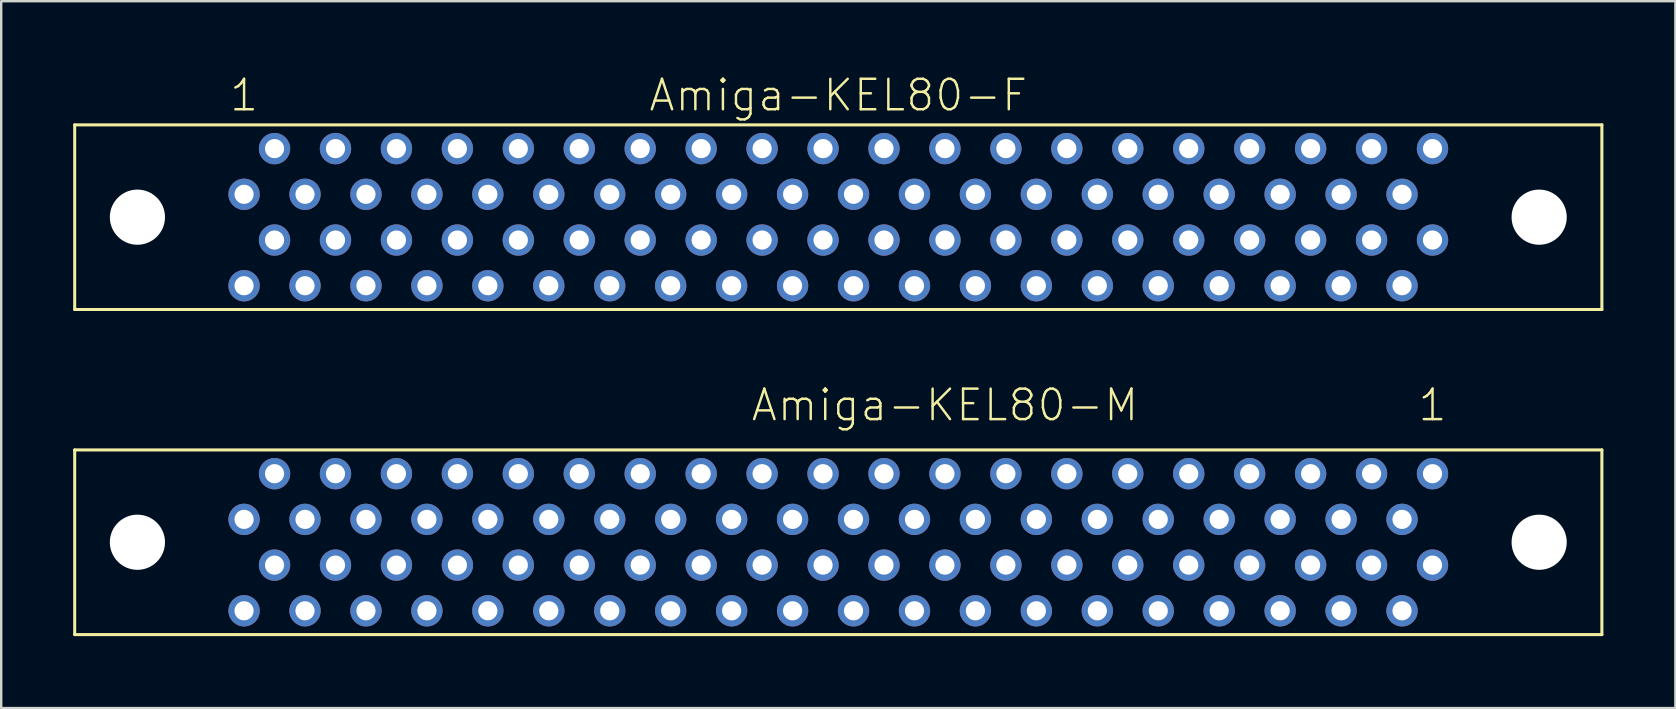
<source format=kicad_pcb>
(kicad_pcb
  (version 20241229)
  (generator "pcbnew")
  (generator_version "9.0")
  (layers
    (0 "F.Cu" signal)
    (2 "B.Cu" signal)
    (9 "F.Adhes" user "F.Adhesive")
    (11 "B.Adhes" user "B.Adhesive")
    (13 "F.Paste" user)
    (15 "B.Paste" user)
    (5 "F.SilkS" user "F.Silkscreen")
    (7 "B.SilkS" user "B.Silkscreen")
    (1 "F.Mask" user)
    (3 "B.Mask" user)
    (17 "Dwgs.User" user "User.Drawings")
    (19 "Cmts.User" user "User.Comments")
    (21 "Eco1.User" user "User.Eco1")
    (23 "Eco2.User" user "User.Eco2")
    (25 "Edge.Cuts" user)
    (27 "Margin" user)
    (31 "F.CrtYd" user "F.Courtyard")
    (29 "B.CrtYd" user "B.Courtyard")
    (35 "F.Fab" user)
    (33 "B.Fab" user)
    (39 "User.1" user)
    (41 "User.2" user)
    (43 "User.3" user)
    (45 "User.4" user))
  (footprint "Amiga-KEL80-M"
    (layer "F.Cu")
    (at 31.887 19.549)
    (property "Reference" "Amiga-KEL80-M" (at 4.445 -5.715 0) (layer "F.SilkS") (effects (font (size 1.27 1.27) (thickness 0.102))))
    (attr exclude_from_pos_files exclude_from_bom)
    (fp_line (start -31.824 -3.848) (end 31.824 -3.848) (stroke (width 0.127) (type solid)) (layer "F.SilkS"))
    (fp_line (start -31.824 3.848) (end -31.824 -3.848) (stroke (width 0.127) (type solid)) (layer "F.SilkS"))
    (fp_line (start 31.824 -3.848) (end 31.824 3.848) (stroke (width 0.127) (type solid)) (layer "F.SilkS"))
    (fp_line (start 31.824 3.848) (end -31.824 3.848) (stroke (width 0.127) (type solid)) (layer "F.SilkS"))
    (fp_text user "1" (at 24.765 -5.715 0) (layer "F.SilkS") (effects (font (size 1.27 1.27) (thickness 0.102))))
    (pad "" np_thru_hole circle (at -29.21 0) (size 2.299 2.299) (drill 2.299) (layers "*.Cu" "*.Mask"))
    (pad "" np_thru_hole circle (at 29.21 0) (size 2.299 2.299) (drill 2.299) (layers "*.Cu" "*.Mask"))
    (pad "P$1" thru_hole circle (at 24.765 -2.857) (size 1.306 1.306) (drill 0.798) (layers "*.Cu" "*.Paste" "*.Mask"))
    (pad "P$2" thru_hole circle (at 24.765 0.953) (size 1.306 1.306) (drill 0.798) (layers "*.Cu" "*.Paste" "*.Mask"))
    (pad "P$3" thru_hole circle (at 23.495 -0.953) (size 1.306 1.306) (drill 0.798) (layers "*.Cu" "*.Paste" "*.Mask"))
    (pad "P$4" thru_hole circle (at 23.495 2.857) (size 1.306 1.306) (drill 0.798) (layers "*.Cu" "*.Paste" "*.Mask"))
    (pad "P$5" thru_hole circle (at 22.225 -2.857) (size 1.306 1.306) (drill 0.798) (layers "*.Cu" "*.Paste" "*.Mask"))
    (pad "P$6" thru_hole circle (at 22.225 0.953) (size 1.306 1.306) (drill 0.798) (layers "*.Cu" "*.Paste" "*.Mask"))
    (pad "P$7" thru_hole circle (at 20.955 -0.953) (size 1.306 1.306) (drill 0.798) (layers "*.Cu" "*.Paste" "*.Mask"))
    (pad "P$8" thru_hole circle (at 20.955 2.857) (size 1.306 1.306) (drill 0.798) (layers "*.Cu" "*.Paste" "*.Mask"))
    (pad "P$9" thru_hole circle (at 19.685 -2.857) (size 1.306 1.306) (drill 0.798) (layers "*.Cu" "*.Paste" "*.Mask"))
    (pad "P$10" thru_hole circle (at 19.685 0.953) (size 1.306 1.306) (drill 0.798) (layers "*.Cu" "*.Paste" "*.Mask"))
    (pad "P$11" thru_hole circle (at 18.415 -0.953) (size 1.306 1.306) (drill 0.798) (layers "*.Cu" "*.Paste" "*.Mask"))
    (pad "P$12" thru_hole circle (at 18.415 2.857) (size 1.306 1.306) (drill 0.798) (layers "*.Cu" "*.Paste" "*.Mask"))
    (pad "P$13" thru_hole circle (at 17.145 -2.857) (size 1.306 1.306) (drill 0.798) (layers "*.Cu" "*.Paste" "*.Mask"))
    (pad "P$14" thru_hole circle (at 17.145 0.953) (size 1.306 1.306) (drill 0.798) (layers "*.Cu" "*.Paste" "*.Mask"))
    (pad "P$15" thru_hole circle (at 15.875 -0.953) (size 1.306 1.306) (drill 0.798) (layers "*.Cu" "*.Paste" "*.Mask"))
    (pad "P$16" thru_hole circle (at 15.875 2.857) (size 1.306 1.306) (drill 0.798) (layers "*.Cu" "*.Paste" "*.Mask"))
    (pad "P$17" thru_hole circle (at 14.605 -2.857) (size 1.306 1.306) (drill 0.798) (layers "*.Cu" "*.Paste" "*.Mask"))
    (pad "P$18" thru_hole circle (at 14.605 0.953) (size 1.306 1.306) (drill 0.798) (layers "*.Cu" "*.Paste" "*.Mask"))
    (pad "P$19" thru_hole circle (at 13.335 -0.953) (size 1.306 1.306) (drill 0.798) (layers "*.Cu" "*.Paste" "*.Mask"))
    (pad "P$20" thru_hole circle (at 13.335 2.857) (size 1.306 1.306) (drill 0.798) (layers "*.Cu" "*.Paste" "*.Mask"))
    (pad "P$21" thru_hole circle (at 12.065 -2.857) (size 1.306 1.306) (drill 0.798) (layers "*.Cu" "*.Paste" "*.Mask"))
    (pad "P$22" thru_hole circle (at 12.065 0.953) (size 1.306 1.306) (drill 0.798) (layers "*.Cu" "*.Paste" "*.Mask"))
    (pad "P$23" thru_hole circle (at 10.795 -0.953) (size 1.306 1.306) (drill 0.798) (layers "*.Cu" "*.Paste" "*.Mask"))
    (pad "P$24" thru_hole circle (at 10.795 2.857) (size 1.306 1.306) (drill 0.798) (layers "*.Cu" "*.Paste" "*.Mask"))
    (pad "P$25" thru_hole circle (at 9.525 -2.857) (size 1.306 1.306) (drill 0.798) (layers "*.Cu" "*.Paste" "*.Mask"))
    (pad "P$26" thru_hole circle (at 9.525 0.953) (size 1.306 1.306) (drill 0.798) (layers "*.Cu" "*.Paste" "*.Mask"))
    (pad "P$27" thru_hole circle (at 8.255 -0.953) (size 1.306 1.306) (drill 0.798) (layers "*.Cu" "*.Paste" "*.Mask"))
    (pad "P$28" thru_hole circle (at 8.255 2.857) (size 1.306 1.306) (drill 0.798) (layers "*.Cu" "*.Paste" "*.Mask"))
    (pad "P$29" thru_hole circle (at 6.985 -2.857) (size 1.306 1.306) (drill 0.798) (layers "*.Cu" "*.Paste" "*.Mask"))
    (pad "P$30" thru_hole circle (at 6.985 0.953) (size 1.306 1.306) (drill 0.798) (layers "*.Cu" "*.Paste" "*.Mask"))
    (pad "P$31" thru_hole circle (at 5.715 -0.953) (size 1.306 1.306) (drill 0.798) (layers "*.Cu" "*.Paste" "*.Mask"))
    (pad "P$32" thru_hole circle (at 5.715 2.857) (size 1.306 1.306) (drill 0.798) (layers "*.Cu" "*.Paste" "*.Mask"))
    (pad "P$33" thru_hole circle (at 4.445 -2.857) (size 1.306 1.306) (drill 0.798) (layers "*.Cu" "*.Paste" "*.Mask"))
    (pad "P$34" thru_hole circle (at 4.445 0.953) (size 1.306 1.306) (drill 0.798) (layers "*.Cu" "*.Paste" "*.Mask"))
    (pad "P$35" thru_hole circle (at 3.175 -0.953) (size 1.306 1.306) (drill 0.798) (layers "*.Cu" "*.Paste" "*.Mask"))
    (pad "P$36" thru_hole circle (at 3.175 2.857) (size 1.306 1.306) (drill 0.798) (layers "*.Cu" "*.Paste" "*.Mask"))
    (pad "P$37" thru_hole circle (at 1.905 -2.857) (size 1.306 1.306) (drill 0.798) (layers "*.Cu" "*.Paste" "*.Mask"))
    (pad "P$38" thru_hole circle (at 1.905 0.953) (size 1.306 1.306) (drill 0.798) (layers "*.Cu" "*.Paste" "*.Mask"))
    (pad "P$39" thru_hole circle (at 0.635 -0.953) (size 1.306 1.306) (drill 0.798) (layers "*.Cu" "*.Paste" "*.Mask"))
    (pad "P$40" thru_hole circle (at 0.635 2.857) (size 1.306 1.306) (drill 0.798) (layers "*.Cu" "*.Paste" "*.Mask"))
    (pad "P$41" thru_hole circle (at -0.635 -2.857) (size 1.306 1.306) (drill 0.798) (layers "*.Cu" "*.Paste" "*.Mask"))
    (pad "P$42" thru_hole circle (at -0.635 0.953) (size 1.306 1.306) (drill 0.798) (layers "*.Cu" "*.Paste" "*.Mask"))
    (pad "P$43" thru_hole circle (at -1.905 -0.953) (size 1.306 1.306) (drill 0.798) (layers "*.Cu" "*.Paste" "*.Mask"))
    (pad "P$44" thru_hole circle (at -1.905 2.857) (size 1.306 1.306) (drill 0.798) (layers "*.Cu" "*.Paste" "*.Mask"))
    (pad "P$45" thru_hole circle (at -3.175 -2.857) (size 1.306 1.306) (drill 0.798) (layers "*.Cu" "*.Paste" "*.Mask"))
    (pad "P$46" thru_hole circle (at -3.175 0.953) (size 1.306 1.306) (drill 0.798) (layers "*.Cu" "*.Paste" "*.Mask"))
    (pad "P$47" thru_hole circle (at -4.445 -0.953) (size 1.306 1.306) (drill 0.798) (layers "*.Cu" "*.Paste" "*.Mask"))
    (pad "P$48" thru_hole circle (at -4.445 2.857) (size 1.306 1.306) (drill 0.798) (layers "*.Cu" "*.Paste" "*.Mask"))
    (pad "P$49" thru_hole circle (at -5.715 -2.857) (size 1.306 1.306) (drill 0.798) (layers "*.Cu" "*.Paste" "*.Mask"))
    (pad "P$50" thru_hole circle (at -5.715 0.953) (size 1.306 1.306) (drill 0.798) (layers "*.Cu" "*.Paste" "*.Mask"))
    (pad "P$51" thru_hole circle (at -6.985 -0.953) (size 1.306 1.306) (drill 0.798) (layers "*.Cu" "*.Paste" "*.Mask"))
    (pad "P$52" thru_hole circle (at -6.985 2.857) (size 1.306 1.306) (drill 0.798) (layers "*.Cu" "*.Paste" "*.Mask"))
    (pad "P$53" thru_hole circle (at -8.255 -2.857) (size 1.306 1.306) (drill 0.798) (layers "*.Cu" "*.Paste" "*.Mask"))
    (pad "P$54" thru_hole circle (at -8.255 0.953) (size 1.306 1.306) (drill 0.798) (layers "*.Cu" "*.Paste" "*.Mask"))
    (pad "P$55" thru_hole circle (at -9.525 -0.953) (size 1.306 1.306) (drill 0.798) (layers "*.Cu" "*.Paste" "*.Mask"))
    (pad "P$56" thru_hole circle (at -9.525 2.857) (size 1.306 1.306) (drill 0.798) (layers "*.Cu" "*.Paste" "*.Mask"))
    (pad "P$57" thru_hole circle (at -10.795 -2.857) (size 1.306 1.306) (drill 0.798) (layers "*.Cu" "*.Paste" "*.Mask"))
    (pad "P$58" thru_hole circle (at -10.795 0.953) (size 1.306 1.306) (drill 0.798) (layers "*.Cu" "*.Paste" "*.Mask"))
    (pad "P$59" thru_hole circle (at -12.065 -0.953) (size 1.306 1.306) (drill 0.798) (layers "*.Cu" "*.Paste" "*.Mask"))
    (pad "P$60" thru_hole circle (at -12.065 2.857) (size 1.306 1.306) (drill 0.798) (layers "*.Cu" "*.Paste" "*.Mask"))
    (pad "P$61" thru_hole circle (at -13.335 -2.857) (size 1.306 1.306) (drill 0.798) (layers "*.Cu" "*.Paste" "*.Mask"))
    (pad "P$62" thru_hole circle (at -13.335 0.953) (size 1.306 1.306) (drill 0.798) (layers "*.Cu" "*.Paste" "*.Mask"))
    (pad "P$63" thru_hole circle (at -14.605 -0.953) (size 1.306 1.306) (drill 0.798) (layers "*.Cu" "*.Paste" "*.Mask"))
    (pad "P$64" thru_hole circle (at -14.605 2.857) (size 1.306 1.306) (drill 0.798) (layers "*.Cu" "*.Paste" "*.Mask"))
    (pad "P$65" thru_hole circle (at -15.875 -2.857) (size 1.306 1.306) (drill 0.798) (layers "*.Cu" "*.Paste" "*.Mask"))
    (pad "P$66" thru_hole circle (at -15.875 0.953) (size 1.306 1.306) (drill 0.798) (layers "*.Cu" "*.Paste" "*.Mask"))
    (pad "P$67" thru_hole circle (at -17.145 -0.953) (size 1.306 1.306) (drill 0.798) (layers "*.Cu" "*.Paste" "*.Mask"))
    (pad "P$68" thru_hole circle (at -17.145 2.857) (size 1.306 1.306) (drill 0.798) (layers "*.Cu" "*.Paste" "*.Mask"))
    (pad "P$69" thru_hole circle (at -18.415 -2.857) (size 1.306 1.306) (drill 0.798) (layers "*.Cu" "*.Paste" "*.Mask"))
    (pad "P$70" thru_hole circle (at -18.415 0.953) (size 1.306 1.306) (drill 0.798) (layers "*.Cu" "*.Paste" "*.Mask"))
    (pad "P$71" thru_hole circle (at -19.685 -0.953) (size 1.306 1.306) (drill 0.798) (layers "*.Cu" "*.Paste" "*.Mask"))
    (pad "P$72" thru_hole circle (at -19.685 2.857) (size 1.306 1.306) (drill 0.798) (layers "*.Cu" "*.Paste" "*.Mask"))
    (pad "P$73" thru_hole circle (at -20.955 -2.857) (size 1.306 1.306) (drill 0.798) (layers "*.Cu" "*.Paste" "*.Mask"))
    (pad "P$74" thru_hole circle (at -20.955 0.953) (size 1.306 1.306) (drill 0.798) (layers "*.Cu" "*.Paste" "*.Mask"))
    (pad "P$75" thru_hole circle (at -22.225 -0.953) (size 1.306 1.306) (drill 0.798) (layers "*.Cu" "*.Paste" "*.Mask"))
    (pad "P$76" thru_hole circle (at -22.225 2.857) (size 1.306 1.306) (drill 0.798) (layers "*.Cu" "*.Paste" "*.Mask"))
    (pad "P$77" thru_hole circle (at -23.495 -2.857) (size 1.306 1.306) (drill 0.798) (layers "*.Cu" "*.Paste" "*.Mask"))
    (pad "P$78" thru_hole circle (at -23.495 0.953) (size 1.306 1.306) (drill 0.798) (layers "*.Cu" "*.Paste" "*.Mask"))
    (pad "P$79" thru_hole circle (at -24.765 -0.953) (size 1.306 1.306) (drill 0.798) (layers "*.Cu" "*.Paste" "*.Mask"))
    (pad "P$80" thru_hole circle (at -24.765 2.857) (size 1.306 1.306) (drill 0.798) (layers "*.Cu" "*.Paste" "*.Mask")))
  (footprint "Amiga-KEL80-F"
    (layer "F.Cu")
    (at 31.887 6.001)
    (property "Reference" "Amiga-KEL80-F" (at 0 -5.08 0) (layer "F.SilkS") (effects (font (size 1.27 1.27) (thickness 0.102))))
    (attr exclude_from_pos_files exclude_from_bom)
    (fp_line (start -31.824 -3.848) (end 31.824 -3.848) (stroke (width 0.127) (type solid)) (layer "F.SilkS"))
    (fp_line (start -31.824 3.848) (end -31.824 -3.848) (stroke (width 0.127) (type solid)) (layer "F.SilkS"))
    (fp_line (start 31.824 -3.848) (end 31.824 3.848) (stroke (width 0.127) (type solid)) (layer "F.SilkS"))
    (fp_line (start 31.824 3.848) (end -31.824 3.848) (stroke (width 0.127) (type solid)) (layer "F.SilkS"))
    (fp_text user "1" (at -24.765 -5.08 0) (layer "F.SilkS") (effects (font (size 1.27 1.27) (thickness 0.102))))
    (pad "" np_thru_hole circle (at -29.21 0) (size 2.299 2.299) (drill 2.299) (layers "*.Cu" "*.Mask"))
    (pad "" np_thru_hole circle (at 29.21 0) (size 2.299 2.299) (drill 2.299) (layers "*.Cu" "*.Mask"))
    (pad "P$1" thru_hole circle (at -24.765 -0.953) (size 1.306 1.306) (drill 0.798) (layers "*.Cu" "*.Paste" "*.Mask"))
    (pad "P$2" thru_hole circle (at -24.765 2.857) (size 1.306 1.306) (drill 0.798) (layers "*.Cu" "*.Paste" "*.Mask"))
    (pad "P$3" thru_hole circle (at -23.495 -2.857) (size 1.306 1.306) (drill 0.798) (layers "*.Cu" "*.Paste" "*.Mask"))
    (pad "P$4" thru_hole circle (at -23.495 0.953) (size 1.306 1.306) (drill 0.798) (layers "*.Cu" "*.Paste" "*.Mask"))
    (pad "P$5" thru_hole circle (at -22.225 -0.953) (size 1.306 1.306) (drill 0.798) (layers "*.Cu" "*.Paste" "*.Mask"))
    (pad "P$6" thru_hole circle (at -22.225 2.857) (size 1.306 1.306) (drill 0.798) (layers "*.Cu" "*.Paste" "*.Mask"))
    (pad "P$7" thru_hole circle (at -20.955 -2.857) (size 1.306 1.306) (drill 0.798) (layers "*.Cu" "*.Paste" "*.Mask"))
    (pad "P$8" thru_hole circle (at -20.955 0.953) (size 1.306 1.306) (drill 0.798) (layers "*.Cu" "*.Paste" "*.Mask"))
    (pad "P$9" thru_hole circle (at -19.685 -0.953) (size 1.306 1.306) (drill 0.798) (layers "*.Cu" "*.Paste" "*.Mask"))
    (pad "P$10" thru_hole circle (at -19.685 2.857) (size 1.306 1.306) (drill 0.798) (layers "*.Cu" "*.Paste" "*.Mask"))
    (pad "P$11" thru_hole circle (at -18.415 -2.857) (size 1.306 1.306) (drill 0.798) (layers "*.Cu" "*.Paste" "*.Mask"))
    (pad "P$12" thru_hole circle (at -18.415 0.953) (size 1.306 1.306) (drill 0.798) (layers "*.Cu" "*.Paste" "*.Mask"))
    (pad "P$13" thru_hole circle (at -17.145 -0.953) (size 1.306 1.306) (drill 0.798) (layers "*.Cu" "*.Paste" "*.Mask"))
    (pad "P$14" thru_hole circle (at -17.145 2.857) (size 1.306 1.306) (drill 0.798) (layers "*.Cu" "*.Paste" "*.Mask"))
    (pad "P$15" thru_hole circle (at -15.875 -2.857) (size 1.306 1.306) (drill 0.798) (layers "*.Cu" "*.Paste" "*.Mask"))
    (pad "P$16" thru_hole circle (at -15.875 0.953) (size 1.306 1.306) (drill 0.798) (layers "*.Cu" "*.Paste" "*.Mask"))
    (pad "P$17" thru_hole circle (at -14.605 -0.953) (size 1.306 1.306) (drill 0.798) (layers "*.Cu" "*.Paste" "*.Mask"))
    (pad "P$18" thru_hole circle (at -14.605 2.857) (size 1.306 1.306) (drill 0.798) (layers "*.Cu" "*.Paste" "*.Mask"))
    (pad "P$19" thru_hole circle (at -13.335 -2.857) (size 1.306 1.306) (drill 0.798) (layers "*.Cu" "*.Paste" "*.Mask"))
    (pad "P$20" thru_hole circle (at -13.335 0.953) (size 1.306 1.306) (drill 0.798) (layers "*.Cu" "*.Paste" "*.Mask"))
    (pad "P$21" thru_hole circle (at -12.065 -0.953) (size 1.306 1.306) (drill 0.798) (layers "*.Cu" "*.Paste" "*.Mask"))
    (pad "P$22" thru_hole circle (at -12.065 2.857) (size 1.306 1.306) (drill 0.798) (layers "*.Cu" "*.Paste" "*.Mask"))
    (pad "P$23" thru_hole circle (at -10.795 -2.857) (size 1.306 1.306) (drill 0.798) (layers "*.Cu" "*.Paste" "*.Mask"))
    (pad "P$24" thru_hole circle (at -10.795 0.953) (size 1.306 1.306) (drill 0.798) (layers "*.Cu" "*.Paste" "*.Mask"))
    (pad "P$25" thru_hole circle (at -9.525 -0.953) (size 1.306 1.306) (drill 0.798) (layers "*.Cu" "*.Paste" "*.Mask"))
    (pad "P$26" thru_hole circle (at -9.525 2.857) (size 1.306 1.306) (drill 0.798) (layers "*.Cu" "*.Paste" "*.Mask"))
    (pad "P$27" thru_hole circle (at -8.255 -2.857) (size 1.306 1.306) (drill 0.798) (layers "*.Cu" "*.Paste" "*.Mask"))
    (pad "P$28" thru_hole circle (at -8.255 0.953) (size 1.306 1.306) (drill 0.798) (layers "*.Cu" "*.Paste" "*.Mask"))
    (pad "P$29" thru_hole circle (at -6.985 -0.953) (size 1.306 1.306) (drill 0.798) (layers "*.Cu" "*.Paste" "*.Mask"))
    (pad "P$30" thru_hole circle (at -6.985 2.857) (size 1.306 1.306) (drill 0.798) (layers "*.Cu" "*.Paste" "*.Mask"))
    (pad "P$31" thru_hole circle (at -5.715 -2.857) (size 1.306 1.306) (drill 0.798) (layers "*.Cu" "*.Paste" "*.Mask"))
    (pad "P$32" thru_hole circle (at -5.715 0.953) (size 1.306 1.306) (drill 0.798) (layers "*.Cu" "*.Paste" "*.Mask"))
    (pad "P$33" thru_hole circle (at -4.445 -0.953) (size 1.306 1.306) (drill 0.798) (layers "*.Cu" "*.Paste" "*.Mask"))
    (pad "P$34" thru_hole circle (at -4.445 2.857) (size 1.306 1.306) (drill 0.798) (layers "*.Cu" "*.Paste" "*.Mask"))
    (pad "P$35" thru_hole circle (at -3.175 -2.857) (size 1.306 1.306) (drill 0.798) (layers "*.Cu" "*.Paste" "*.Mask"))
    (pad "P$36" thru_hole circle (at -3.175 0.953) (size 1.306 1.306) (drill 0.798) (layers "*.Cu" "*.Paste" "*.Mask"))
    (pad "P$37" thru_hole circle (at -1.905 -0.953) (size 1.306 1.306) (drill 0.798) (layers "*.Cu" "*.Paste" "*.Mask"))
    (pad "P$38" thru_hole circle (at -1.905 2.857) (size 1.306 1.306) (drill 0.798) (layers "*.Cu" "*.Paste" "*.Mask"))
    (pad "P$39" thru_hole circle (at -0.635 -2.857) (size 1.306 1.306) (drill 0.798) (layers "*.Cu" "*.Paste" "*.Mask"))
    (pad "P$40" thru_hole circle (at -0.635 0.953) (size 1.306 1.306) (drill 0.798) (layers "*.Cu" "*.Paste" "*.Mask"))
    (pad "P$41" thru_hole circle (at 0.635 -0.953) (size 1.306 1.306) (drill 0.798) (layers "*.Cu" "*.Paste" "*.Mask"))
    (pad "P$42" thru_hole circle (at 0.635 2.857) (size 1.306 1.306) (drill 0.798) (layers "*.Cu" "*.Paste" "*.Mask"))
    (pad "P$43" thru_hole circle (at 1.905 -2.857) (size 1.306 1.306) (drill 0.798) (layers "*.Cu" "*.Paste" "*.Mask"))
    (pad "P$44" thru_hole circle (at 1.905 0.953) (size 1.306 1.306) (drill 0.798) (layers "*.Cu" "*.Paste" "*.Mask"))
    (pad "P$45" thru_hole circle (at 3.175 -0.953) (size 1.306 1.306) (drill 0.798) (layers "*.Cu" "*.Paste" "*.Mask"))
    (pad "P$46" thru_hole circle (at 3.175 2.857) (size 1.306 1.306) (drill 0.798) (layers "*.Cu" "*.Paste" "*.Mask"))
    (pad "P$47" thru_hole circle (at 4.445 -2.857) (size 1.306 1.306) (drill 0.798) (layers "*.Cu" "*.Paste" "*.Mask"))
    (pad "P$48" thru_hole circle (at 4.445 0.953) (size 1.306 1.306) (drill 0.798) (layers "*.Cu" "*.Paste" "*.Mask"))
    (pad "P$49" thru_hole circle (at 5.715 -0.953) (size 1.306 1.306) (drill 0.798) (layers "*.Cu" "*.Paste" "*.Mask"))
    (pad "P$50" thru_hole circle (at 5.715 2.857) (size 1.306 1.306) (drill 0.798) (layers "*.Cu" "*.Paste" "*.Mask"))
    (pad "P$51" thru_hole circle (at 6.985 -2.857) (size 1.306 1.306) (drill 0.798) (layers "*.Cu" "*.Paste" "*.Mask"))
    (pad "P$52" thru_hole circle (at 6.985 0.953) (size 1.306 1.306) (drill 0.798) (layers "*.Cu" "*.Paste" "*.Mask"))
    (pad "P$53" thru_hole circle (at 8.255 -0.953) (size 1.306 1.306) (drill 0.798) (layers "*.Cu" "*.Paste" "*.Mask"))
    (pad "P$54" thru_hole circle (at 8.255 2.857) (size 1.306 1.306) (drill 0.798) (layers "*.Cu" "*.Paste" "*.Mask"))
    (pad "P$55" thru_hole circle (at 9.525 -2.857) (size 1.306 1.306) (drill 0.798) (layers "*.Cu" "*.Paste" "*.Mask"))
    (pad "P$56" thru_hole circle (at 9.525 0.953) (size 1.306 1.306) (drill 0.798) (layers "*.Cu" "*.Paste" "*.Mask"))
    (pad "P$57" thru_hole circle (at 10.795 -0.953) (size 1.306 1.306) (drill 0.798) (layers "*.Cu" "*.Paste" "*.Mask"))
    (pad "P$58" thru_hole circle (at 10.795 2.857) (size 1.306 1.306) (drill 0.798) (layers "*.Cu" "*.Paste" "*.Mask"))
    (pad "P$59" thru_hole circle (at 12.065 -2.857) (size 1.306 1.306) (drill 0.798) (layers "*.Cu" "*.Paste" "*.Mask"))
    (pad "P$60" thru_hole circle (at 12.065 0.953) (size 1.306 1.306) (drill 0.798) (layers "*.Cu" "*.Paste" "*.Mask"))
    (pad "P$61" thru_hole circle (at 13.335 -0.953) (size 1.306 1.306) (drill 0.798) (layers "*.Cu" "*.Paste" "*.Mask"))
    (pad "P$62" thru_hole circle (at 13.335 2.857) (size 1.306 1.306) (drill 0.798) (layers "*.Cu" "*.Paste" "*.Mask"))
    (pad "P$63" thru_hole circle (at 14.605 -2.857) (size 1.306 1.306) (drill 0.798) (layers "*.Cu" "*.Paste" "*.Mask"))
    (pad "P$64" thru_hole circle (at 14.605 0.953) (size 1.306 1.306) (drill 0.798) (layers "*.Cu" "*.Paste" "*.Mask"))
    (pad "P$65" thru_hole circle (at 15.875 -0.953) (size 1.306 1.306) (drill 0.798) (layers "*.Cu" "*.Paste" "*.Mask"))
    (pad "P$66" thru_hole circle (at 15.875 2.857) (size 1.306 1.306) (drill 0.798) (layers "*.Cu" "*.Paste" "*.Mask"))
    (pad "P$67" thru_hole circle (at 17.145 -2.857) (size 1.306 1.306) (drill 0.798) (layers "*.Cu" "*.Paste" "*.Mask"))
    (pad "P$68" thru_hole circle (at 17.145 0.953) (size 1.306 1.306) (drill 0.798) (layers "*.Cu" "*.Paste" "*.Mask"))
    (pad "P$69" thru_hole circle (at 18.415 -0.953) (size 1.306 1.306) (drill 0.798) (layers "*.Cu" "*.Paste" "*.Mask"))
    (pad "P$70" thru_hole circle (at 18.415 2.857) (size 1.306 1.306) (drill 0.798) (layers "*.Cu" "*.Paste" "*.Mask"))
    (pad "P$71" thru_hole circle (at 19.685 -2.857) (size 1.306 1.306) (drill 0.798) (layers "*.Cu" "*.Paste" "*.Mask"))
    (pad "P$72" thru_hole circle (at 19.685 0.953) (size 1.306 1.306) (drill 0.798) (layers "*.Cu" "*.Paste" "*.Mask"))
    (pad "P$73" thru_hole circle (at 20.955 -0.953) (size 1.306 1.306) (drill 0.798) (layers "*.Cu" "*.Paste" "*.Mask"))
    (pad "P$74" thru_hole circle (at 20.955 2.857) (size 1.306 1.306) (drill 0.798) (layers "*.Cu" "*.Paste" "*.Mask"))
    (pad "P$75" thru_hole circle (at 22.225 -2.857) (size 1.306 1.306) (drill 0.798) (layers "*.Cu" "*.Paste" "*.Mask"))
    (pad "P$76" thru_hole circle (at 22.225 0.953) (size 1.306 1.306) (drill 0.798) (layers "*.Cu" "*.Paste" "*.Mask"))
    (pad "P$77" thru_hole circle (at 23.495 -0.953) (size 1.306 1.306) (drill 0.798) (layers "*.Cu" "*.Paste" "*.Mask"))
    (pad "P$78" thru_hole circle (at 23.495 2.857) (size 1.306 1.306) (drill 0.798) (layers "*.Cu" "*.Paste" "*.Mask"))
    (pad "P$79" thru_hole circle (at 24.765 -2.857) (size 1.306 1.306) (drill 0.798) (layers "*.Cu" "*.Paste" "*.Mask"))
    (pad "P$80" thru_hole circle (at 24.765 0.953) (size 1.306 1.306) (drill 0.798) (layers "*.Cu" "*.Paste" "*.Mask")))
  (gr_rect
    (start -3 -3)
    (end 66.774 26.461)
    (stroke (width 0.1) (type default))
    (fill no)
    (layer "Edge.Cuts")))
</source>
